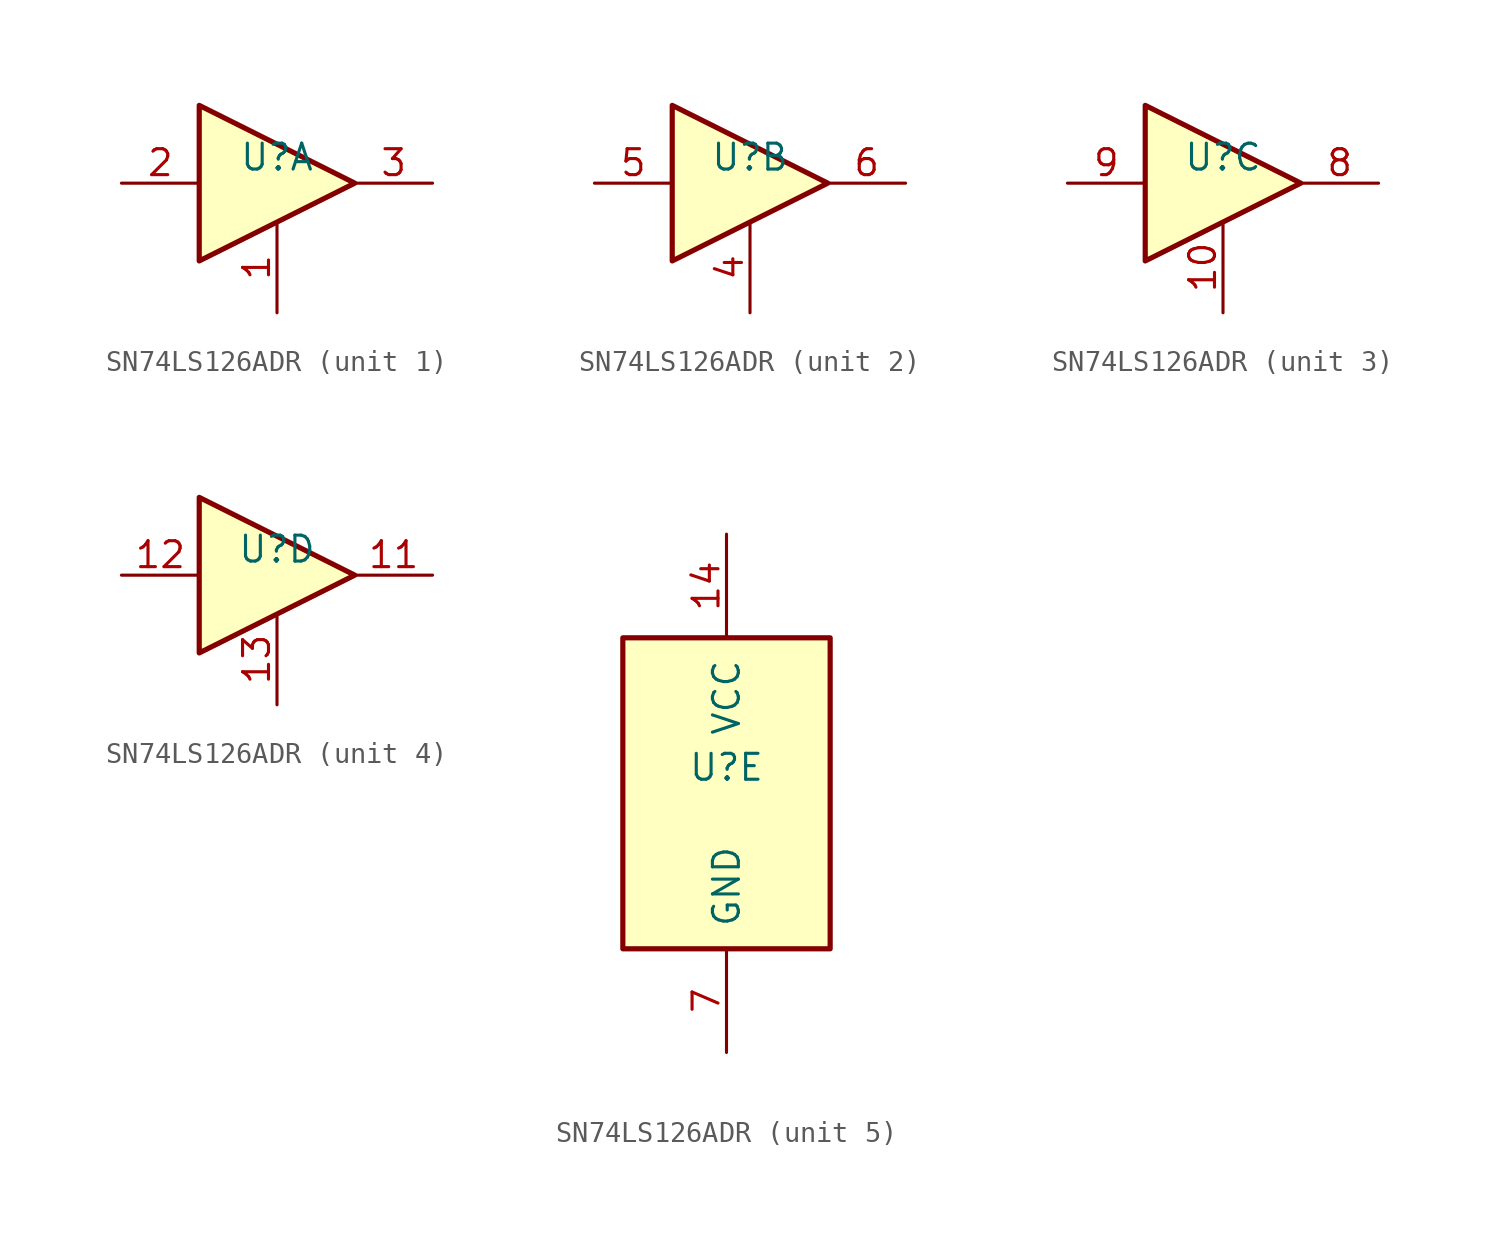
<source format=kicad_sym>
(kicad_symbol_lib
  (version 20211014)
  (generator kicad_symbol_editor)
  (symbol "SN74LS126ADR"
    (pin_names
      (offset 1.016))
    (property "Reference" "U"
      (at 0 1.27 0)
      (effects (font (size 1.27 1.27))))
    (property "ki_locked" ""
      (at 0 0 0)
      (effects (font (size 1.27 1.27))))
    (symbol "SN74LS126ADR_1_0"
      (polyline (pts (xy -3.81 3.81) (xy -3.81 -3.81) (xy 3.81 0) (xy -3.81 3.81)) (stroke (width 0.254) (type default) (color 0 0 0 0)) (fill (type background)))
      (pin input line (at 0 -6.35 90) (length 4.445) (name "~" (effects (font (size 1.27 1.27)))) (number "1" (effects (font (size 1.27 1.27)))))
      (pin input line (at -7.62 0 0) (length 3.81) (name "~" (effects (font (size 1.27 1.27)))) (number "2" (effects (font (size 1.27 1.27)))))
      (pin tri_state line (at 7.62 0 180) (length 3.81) (name "~" (effects (font (size 1.27 1.27)))) (number "3" (effects (font (size 1.27 1.27))))))
    (symbol "SN74LS126ADR_2_0"
      (polyline (pts (xy -3.81 3.81) (xy -3.81 -3.81) (xy 3.81 0) (xy -3.81 3.81)) (stroke (width 0.254) (type default) (color 0 0 0 0)) (fill (type background)))
      (pin input line (at 0 -6.35 90) (length 4.445) (name "~" (effects (font (size 1.27 1.27)))) (number "4" (effects (font (size 1.27 1.27)))))
      (pin input line (at -7.62 0 0) (length 3.81) (name "~" (effects (font (size 1.27 1.27)))) (number "5" (effects (font (size 1.27 1.27)))))
      (pin tri_state line (at 7.62 0 180) (length 3.81) (name "~" (effects (font (size 1.27 1.27)))) (number "6" (effects (font (size 1.27 1.27))))))
    (symbol "SN74LS126ADR_3_0"
      (polyline (pts (xy -3.81 3.81) (xy -3.81 -3.81) (xy 3.81 0) (xy -3.81 3.81)) (stroke (width 0.254) (type default) (color 0 0 0 0)) (fill (type background)))
      (pin input line (at 0 -6.35 90) (length 4.445) (name "~" (effects (font (size 1.27 1.27)))) (number "10" (effects (font (size 1.27 1.27)))))
      (pin tri_state line (at 7.62 0 180) (length 3.81) (name "~" (effects (font (size 1.27 1.27)))) (number "8" (effects (font (size 1.27 1.27)))))
      (pin input line (at -7.62 0 0) (length 3.81) (name "~" (effects (font (size 1.27 1.27)))) (number "9" (effects (font (size 1.27 1.27))))))
    (symbol "SN74LS126ADR_4_0"
      (polyline (pts (xy -3.81 3.81) (xy -3.81 -3.81) (xy 3.81 0) (xy -3.81 3.81)) (stroke (width 0.254) (type default) (color 0 0 0 0)) (fill (type background)))
      (pin tri_state line (at 7.62 0 180) (length 3.81) (name "~" (effects (font (size 1.27 1.27)))) (number "11" (effects (font (size 1.27 1.27)))))
      (pin input line (at -7.62 0 0) (length 3.81) (name "~" (effects (font (size 1.27 1.27)))) (number "12" (effects (font (size 1.27 1.27)))))
      (pin input line (at 0 -6.35 90) (length 4.445) (name "~" (effects (font (size 1.27 1.27)))) (number "13" (effects (font (size 1.27 1.27))))))
    (symbol "SN74LS126ADR_5_0"
      (pin power_in line (at 0 12.7 270) (length 5.08) (name "VCC" (effects (font (size 1.27 1.27)))) (number "14" (effects (font (size 1.27 1.27)))))
      (pin power_in line (at 0 -12.7 90) (length 5.08) (name "GND" (effects (font (size 1.27 1.27)))) (number "7" (effects (font (size 1.27 1.27))))))
    (symbol "SN74LS126ADR_5_1"
      (rectangle (start -5.08 7.62) (end 5.08 -7.62) (stroke (width 0.254) (type default) (color 0 0 0 0)) (fill (type background))))))
</source>
